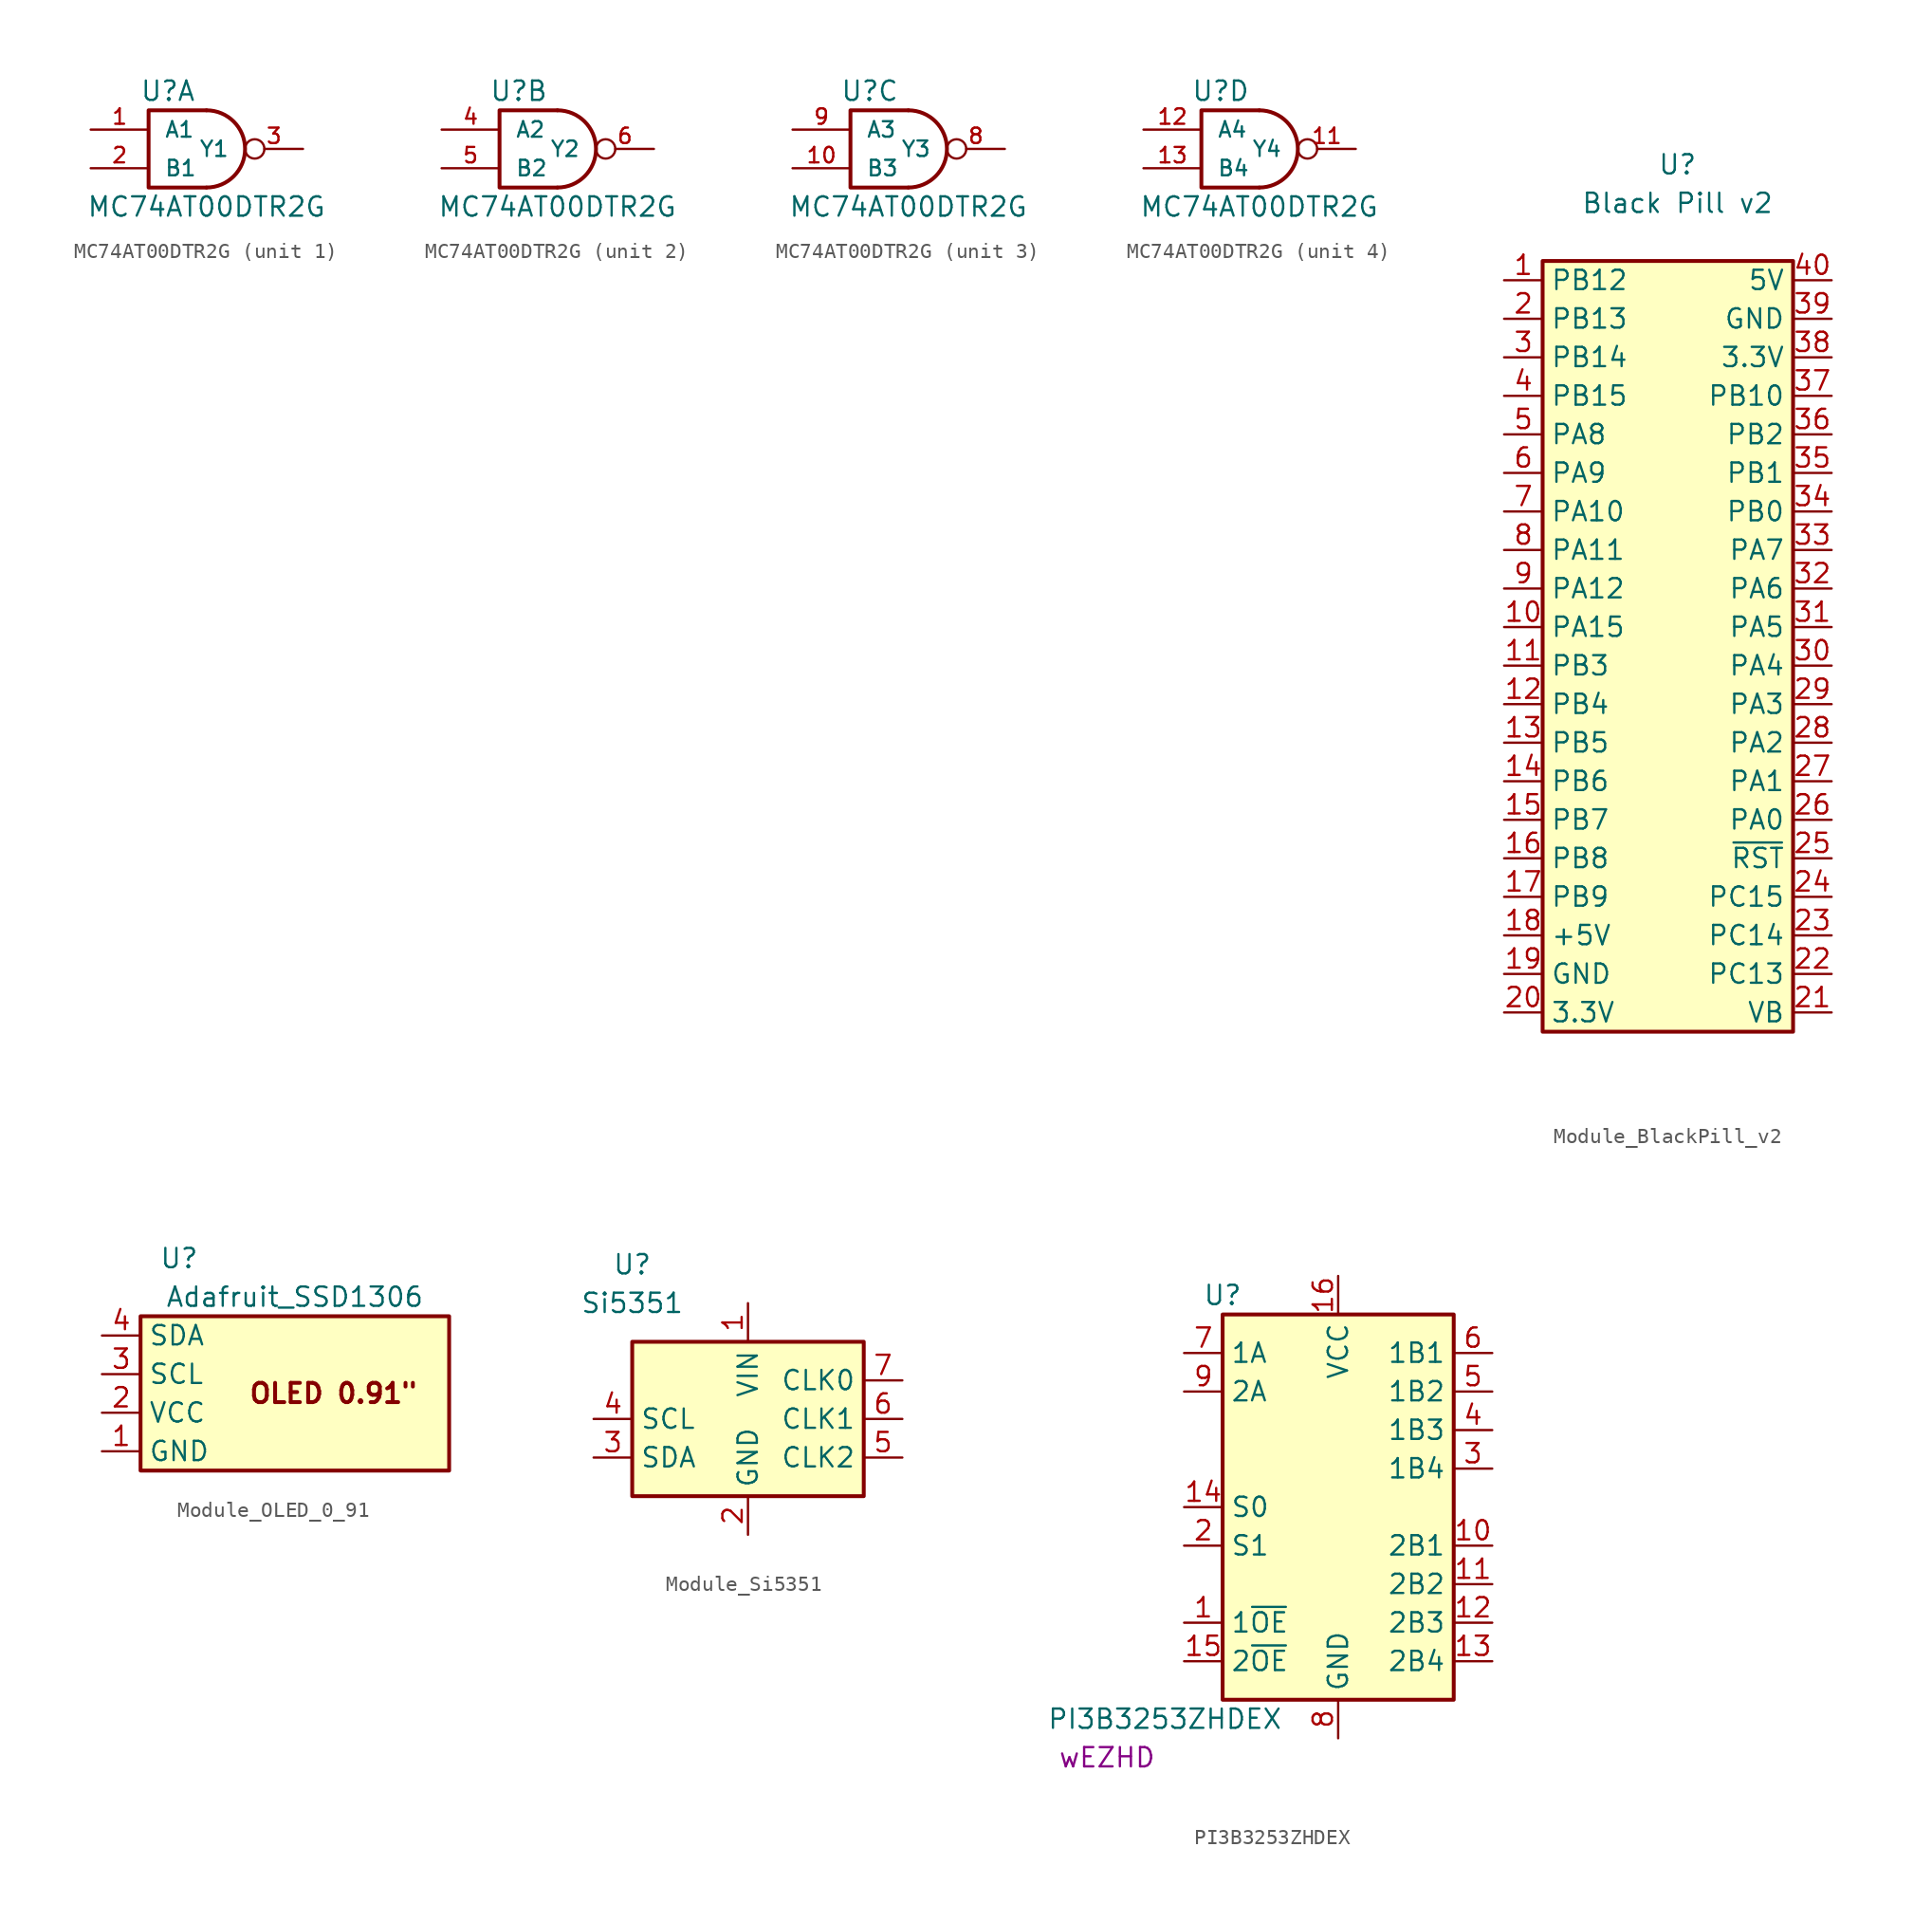
<source format=kicad_sym>
(kicad_symbol_lib
  (version 20220914)
  (generator kicad_symbol_editor)
  (symbol "MC74AT00DTR2G"
    (pin_names
      (offset 1.016))
    (property "Reference" "U"
      (at -2.54 3.81 0)
      (effects (font (size 1.27 1.27))))
    (property "Value" "MC74AT00DTR2G"
      (at 0 -3.81 0)
      (effects (font (size 1.27 1.27))))
    (symbol "MC74AT00DTR2G_0_1"
      (arc (start 0 -2.54) (mid 2.529 0) (end 0 2.54) (stroke (width 0.254) (type default)) (fill (type none)))
      (polyline (pts (xy 0 -2.54) (xy -3.81 -2.54) (xy -3.81 2.54) (xy 0 2.54)) (stroke (width 0.254) (type default)) (fill (type none)))
      (pin power_in line (at 0 2.54 90) (length 0) hide (name "VCC" (effects (font (size 1.016 1.016)))) (number "14" (effects (font (size 1.016 1.016)))))
      (pin power_in line (at 0 -2.54 270) (length 0) hide (name "GND" (effects (font (size 1.016 1.016)))) (number "7" (effects (font (size 1.016 1.016))))))
    (symbol "MC74AT00DTR2G_1_1"
      (pin input line (at -7.62 1.27 0) (length 3.81) (name "A1" (effects (font (size 1.016 1.016)))) (number "1" (effects (font (size 1.016 1.016)))))
      (pin input line (at -7.62 -1.27 0) (length 3.81) (name "B1" (effects (font (size 1.016 1.016)))) (number "2" (effects (font (size 1.016 1.016)))))
      (pin output inverted (at 6.35 0 180) (length 3.81) (name "Y1" (effects (font (size 1.016 1.016)))) (number "3" (effects (font (size 1.016 1.016))))))
    (symbol "MC74AT00DTR2G_2_1"
      (pin input line (at -7.62 1.27 0) (length 3.81) (name "A2" (effects (font (size 1.016 1.016)))) (number "4" (effects (font (size 1.016 1.016)))))
      (pin input line (at -7.62 -1.27 0) (length 3.81) (name "B2" (effects (font (size 1.016 1.016)))) (number "5" (effects (font (size 1.016 1.016)))))
      (pin output inverted (at 6.35 0 180) (length 3.81) (name "Y2" (effects (font (size 1.016 1.016)))) (number "6" (effects (font (size 1.016 1.016))))))
    (symbol "MC74AT00DTR2G_3_1"
      (pin input line (at -7.62 -1.27 0) (length 3.81) (name "B3" (effects (font (size 1.016 1.016)))) (number "10" (effects (font (size 1.016 1.016)))))
      (pin output inverted (at 6.35 0 180) (length 3.81) (name "Y3" (effects (font (size 1.016 1.016)))) (number "8" (effects (font (size 1.016 1.016)))))
      (pin input line (at -7.62 1.27 0) (length 3.81) (name "A3" (effects (font (size 1.016 1.016)))) (number "9" (effects (font (size 1.016 1.016))))))
    (symbol "MC74AT00DTR2G_4_1"
      (pin output inverted (at 6.35 0 180) (length 3.81) (name "Y4" (effects (font (size 1.016 1.016)))) (number "11" (effects (font (size 1.016 1.016)))))
      (pin input line (at -7.62 1.27 0) (length 3.81) (name "A4" (effects (font (size 1.016 1.016)))) (number "12" (effects (font (size 1.016 1.016)))))
      (pin input line (at -7.62 -1.27 0) (length 3.81) (name "B4" (effects (font (size 1.016 1.016)))) (number "13" (effects (font (size 1.016 1.016)))))))
  (symbol "Module_BlackPill_v2"
    (property "Reference" "U"
      (at -6.35 3.81 0)
      (effects (font (size 1.27 1.27))))
    (property "Value" "Black Pill v2"
      (at -6.35 1.27 0)
      (effects (font (size 1.27 1.27))))
    (symbol "Module_BlackPill_v2_1_1"
      (rectangle (start -15.24 -2.54) (end 1.27 -53.34) (stroke (width 0.254) (type default)) (fill (type background)))
      (pin passive line (at -17.78 -3.81 0) (length 2.54) (name "PB12" (effects (font (size 1.27 1.27)))) (number "1" (effects (font (size 1.27 1.27)))))
      (pin passive line (at -17.78 -26.67 0) (length 2.54) (name "PA15" (effects (font (size 1.27 1.27)))) (number "10" (effects (font (size 1.27 1.27)))))
      (pin passive line (at -17.78 -29.21 0) (length 2.54) (name "PB3" (effects (font (size 1.27 1.27)))) (number "11" (effects (font (size 1.27 1.27)))))
      (pin passive line (at -17.78 -31.75 0) (length 2.54) (name "PB4" (effects (font (size 1.27 1.27)))) (number "12" (effects (font (size 1.27 1.27)))))
      (pin passive line (at -17.78 -34.29 0) (length 2.54) (name "PB5" (effects (font (size 1.27 1.27)))) (number "13" (effects (font (size 1.27 1.27)))))
      (pin passive line (at -17.78 -36.83 0) (length 2.54) (name "PB6" (effects (font (size 1.27 1.27)))) (number "14" (effects (font (size 1.27 1.27)))))
      (pin passive line (at -17.78 -39.37 0) (length 2.54) (name "PB7" (effects (font (size 1.27 1.27)))) (number "15" (effects (font (size 1.27 1.27)))))
      (pin passive line (at -17.78 -41.91 0) (length 2.54) (name "PB8" (effects (font (size 1.27 1.27)))) (number "16" (effects (font (size 1.27 1.27)))))
      (pin passive line (at -17.78 -44.45 0) (length 2.54) (name "PB9" (effects (font (size 1.27 1.27)))) (number "17" (effects (font (size 1.27 1.27)))))
      (pin passive line (at -17.78 -46.99 0) (length 2.54) (name "+5V" (effects (font (size 1.27 1.27)))) (number "18" (effects (font (size 1.27 1.27)))))
      (pin passive line (at -17.78 -49.53 0) (length 2.54) (name "GND" (effects (font (size 1.27 1.27)))) (number "19" (effects (font (size 1.27 1.27)))))
      (pin passive line (at -17.78 -6.35 0) (length 2.54) (name "PB13" (effects (font (size 1.27 1.27)))) (number "2" (effects (font (size 1.27 1.27)))))
      (pin output line (at -17.78 -52.07 0) (length 2.54) (name "3.3V" (effects (font (size 1.27 1.27)))) (number "20" (effects (font (size 1.27 1.27)))))
      (pin passive line (at 3.81 -52.07 180) (length 2.54) (name "VB" (effects (font (size 1.27 1.27)))) (number "21" (effects (font (size 1.27 1.27)))))
      (pin passive line (at 3.81 -49.53 180) (length 2.54) (name "PC13" (effects (font (size 1.27 1.27)))) (number "22" (effects (font (size 1.27 1.27)))))
      (pin passive line (at 3.81 -46.99 180) (length 2.54) (name "PC14" (effects (font (size 1.27 1.27)))) (number "23" (effects (font (size 1.27 1.27)))))
      (pin passive line (at 3.81 -44.45 180) (length 2.54) (name "PC15" (effects (font (size 1.27 1.27)))) (number "24" (effects (font (size 1.27 1.27)))))
      (pin passive line (at 3.81 -41.91 180) (length 2.54) (name "~{RST}" (effects (font (size 1.27 1.27)))) (number "25" (effects (font (size 1.27 1.27)))))
      (pin passive line (at 3.81 -39.37 180) (length 2.54) (name "PA0" (effects (font (size 1.27 1.27)))) (number "26" (effects (font (size 1.27 1.27)))))
      (pin passive line (at 3.81 -36.83 180) (length 2.54) (name "PA1" (effects (font (size 1.27 1.27)))) (number "27" (effects (font (size 1.27 1.27)))))
      (pin passive line (at 3.81 -34.29 180) (length 2.54) (name "PA2" (effects (font (size 1.27 1.27)))) (number "28" (effects (font (size 1.27 1.27)))))
      (pin passive line (at 3.81 -31.75 180) (length 2.54) (name "PA3" (effects (font (size 1.27 1.27)))) (number "29" (effects (font (size 1.27 1.27)))))
      (pin passive line (at -17.78 -8.89 0) (length 2.54) (name "PB14" (effects (font (size 1.27 1.27)))) (number "3" (effects (font (size 1.27 1.27)))))
      (pin passive line (at 3.81 -29.21 180) (length 2.54) (name "PA4" (effects (font (size 1.27 1.27)))) (number "30" (effects (font (size 1.27 1.27)))))
      (pin passive line (at 3.81 -26.67 180) (length 2.54) (name "PA5" (effects (font (size 1.27 1.27)))) (number "31" (effects (font (size 1.27 1.27)))))
      (pin passive line (at 3.81 -24.13 180) (length 2.54) (name "PA6" (effects (font (size 1.27 1.27)))) (number "32" (effects (font (size 1.27 1.27)))))
      (pin passive line (at 3.81 -21.59 180) (length 2.54) (name "PA7" (effects (font (size 1.27 1.27)))) (number "33" (effects (font (size 1.27 1.27)))))
      (pin passive line (at 3.81 -19.05 180) (length 2.54) (name "PB0" (effects (font (size 1.27 1.27)))) (number "34" (effects (font (size 1.27 1.27)))))
      (pin passive line (at 3.81 -16.51 180) (length 2.54) (name "PB1" (effects (font (size 1.27 1.27)))) (number "35" (effects (font (size 1.27 1.27)))))
      (pin passive line (at 3.81 -13.97 180) (length 2.54) (name "PB2" (effects (font (size 1.27 1.27)))) (number "36" (effects (font (size 1.27 1.27)))))
      (pin passive line (at 3.81 -11.43 180) (length 2.54) (name "PB10" (effects (font (size 1.27 1.27)))) (number "37" (effects (font (size 1.27 1.27)))))
      (pin passive line (at 3.81 -8.89 180) (length 2.54) (name "3.3V" (effects (font (size 1.27 1.27)))) (number "38" (effects (font (size 1.27 1.27)))))
      (pin passive line (at 3.81 -6.35 180) (length 2.54) (name "GND" (effects (font (size 1.27 1.27)))) (number "39" (effects (font (size 1.27 1.27)))))
      (pin passive line (at -17.78 -11.43 0) (length 2.54) (name "PB15" (effects (font (size 1.27 1.27)))) (number "4" (effects (font (size 1.27 1.27)))))
      (pin passive line (at 3.81 -3.81 180) (length 2.54) (name "5V" (effects (font (size 1.27 1.27)))) (number "40" (effects (font (size 1.27 1.27)))))
      (pin passive line (at -17.78 -13.97 0) (length 2.54) (name "PA8" (effects (font (size 1.27 1.27)))) (number "5" (effects (font (size 1.27 1.27)))))
      (pin passive line (at -17.78 -16.51 0) (length 2.54) (name "PA9" (effects (font (size 1.27 1.27)))) (number "6" (effects (font (size 1.27 1.27)))))
      (pin passive line (at -17.78 -19.05 0) (length 2.54) (name "PA10" (effects (font (size 1.27 1.27)))) (number "7" (effects (font (size 1.27 1.27)))))
      (pin passive line (at -17.78 -21.59 0) (length 2.54) (name "PA11" (effects (font (size 1.27 1.27)))) (number "8" (effects (font (size 1.27 1.27)))))
      (pin passive line (at -17.78 -24.13 0) (length 2.54) (name "PA12" (effects (font (size 1.27 1.27)))) (number "9" (effects (font (size 1.27 1.27)))))))
  (symbol "Module_OLED_0_91"
    (property "Reference" "U"
      (at -7.62 8.89 0)
      (effects (font (size 1.27 1.27))))
    (property "Value" "Adafruit_SSD1306"
      (at 0 6.35 0)
      (effects (font (size 1.27 1.27))))
    (symbol "Module_OLED_0_91_1_1"
      (rectangle (start -10.16 5.08) (end 10.16 -5.08) (stroke (width 0.254) (type default)) (fill (type background)))
      (text "OLED 0.91\"" (at 2.54 0 0) (effects (font (size 1.27 1.27) bold)))
      (pin passive line (at -12.7 -3.81 0) (length 2.54) (name "GND" (effects (font (size 1.27 1.27)))) (number "1" (effects (font (size 1.27 1.27)))))
      (pin passive line (at -12.7 -1.27 0) (length 2.54) (name "VCC" (effects (font (size 1.27 1.27)))) (number "2" (effects (font (size 1.27 1.27)))))
      (pin passive line (at -12.7 1.27 0) (length 2.54) (name "SCL" (effects (font (size 1.27 1.27)))) (number "3" (effects (font (size 1.27 1.27)))))
      (pin passive line (at -12.7 3.81 0) (length 2.54) (name "SDA" (effects (font (size 1.27 1.27)))) (number "4" (effects (font (size 1.27 1.27)))))))
  (symbol "Module_Si5351"
    (property "Reference" "U"
      (at -7.62 10.16 0)
      (effects (font (size 1.27 1.27))))
    (property "Value" "Si5351"
      (at -7.62 7.62 0)
      (effects (font (size 1.27 1.27))))
    (symbol "Module_Si5351_1_1"
      (rectangle (start -7.62 5.08) (end 7.62 -5.08) (stroke (width 0.254) (type default)) (fill (type background)))
      (pin power_in line (at 0 7.62 270) (length 2.54) (name "VIN" (effects (font (size 1.27 1.27)))) (number "1" (effects (font (size 1.27 1.27)))))
      (pin power_in line (at 0 -7.62 90) (length 2.54) (name "GND" (effects (font (size 1.27 1.27)))) (number "2" (effects (font (size 1.27 1.27)))))
      (pin input line (at -10.16 -2.54 0) (length 2.54) (name "SDA" (effects (font (size 1.27 1.27)))) (number "3" (effects (font (size 1.27 1.27)))))
      (pin input line (at -10.16 0 0) (length 2.54) (name "SCL" (effects (font (size 1.27 1.27)))) (number "4" (effects (font (size 1.27 1.27)))))
      (pin output line (at 10.16 -2.54 180) (length 2.54) (name "CLK2" (effects (font (size 1.27 1.27)))) (number "5" (effects (font (size 1.27 1.27)))))
      (pin output line (at 10.16 0 180) (length 2.54) (name "CLK1" (effects (font (size 1.27 1.27)))) (number "6" (effects (font (size 1.27 1.27)))))
      (pin output line (at 10.16 2.54 180) (length 2.54) (name "CLK0" (effects (font (size 1.27 1.27)))) (number "7" (effects (font (size 1.27 1.27)))))))
  (symbol "PI3B3253ZHDEX"
    (property "Reference" "U"
      (at -7.62 13.97 0)
      (effects (font (size 1.27 1.27))))
    (property "Value" "PI3B3253ZHDEX"
      (at -11.43 -13.97 0)
      (effects (font (size 1.27 1.27))))
    (property "Marking" "wEZHD"
      (at -15.24 -16.51 0)
      (effects (font (size 1.27 1.27))))
    (symbol "PI3B3253ZHDEX_0_1"
      (rectangle (start -7.62 12.7) (end 7.62 -12.7) (stroke (width 0.254) (type default)) (fill (type background)))
      (rectangle (start 7.62 -12.7) (end 7.62 -12.7) (stroke (width 0) (type default)) (fill (type none))))
    (symbol "PI3B3253ZHDEX_1_1"
      (pin input line (at -10.16 -7.62 0) (length 2.54) (name "1~{OE}" (effects (font (size 1.27 1.27)))) (number "1" (effects (font (size 1.27 1.27)))))
      (pin bidirectional line (at 10.16 -2.54 180) (length 2.54) (name "2B1" (effects (font (size 1.27 1.27)))) (number "10" (effects (font (size 1.27 1.27)))))
      (pin bidirectional line (at 10.16 -5.08 180) (length 2.54) (name "2B2" (effects (font (size 1.27 1.27)))) (number "11" (effects (font (size 1.27 1.27)))))
      (pin bidirectional line (at 10.16 -7.62 180) (length 2.54) (name "2B3" (effects (font (size 1.27 1.27)))) (number "12" (effects (font (size 1.27 1.27)))))
      (pin bidirectional line (at 10.16 -10.16 180) (length 2.54) (name "2B4" (effects (font (size 1.27 1.27)))) (number "13" (effects (font (size 1.27 1.27)))))
      (pin input line (at -10.16 0 0) (length 2.54) (name "S0" (effects (font (size 1.27 1.27)))) (number "14" (effects (font (size 1.27 1.27)))))
      (pin input line (at -10.16 -10.16 0) (length 2.54) (name "2~{OE}" (effects (font (size 1.27 1.27)))) (number "15" (effects (font (size 1.27 1.27)))))
      (pin power_in line (at 0 15.24 270) (length 2.54) (name "VCC" (effects (font (size 1.27 1.27)))) (number "16" (effects (font (size 1.27 1.27)))))
      (pin passive line (at 0 -15.24 90) (length 2.54) hide (name "GND" (effects (font (size 1.27 1.27)))) (number "17" (effects (font (size 1.27 1.27)))))
      (pin input line (at -10.16 -2.54 0) (length 2.54) (name "S1" (effects (font (size 1.27 1.27)))) (number "2" (effects (font (size 1.27 1.27)))))
      (pin bidirectional line (at 10.16 2.54 180) (length 2.54) (name "1B4" (effects (font (size 1.27 1.27)))) (number "3" (effects (font (size 1.27 1.27)))))
      (pin bidirectional line (at 10.16 5.08 180) (length 2.54) (name "1B3" (effects (font (size 1.27 1.27)))) (number "4" (effects (font (size 1.27 1.27)))))
      (pin bidirectional line (at 10.16 7.62 180) (length 2.54) (name "1B2" (effects (font (size 1.27 1.27)))) (number "5" (effects (font (size 1.27 1.27)))))
      (pin bidirectional line (at 10.16 10.16 180) (length 2.54) (name "1B1" (effects (font (size 1.27 1.27)))) (number "6" (effects (font (size 1.27 1.27)))))
      (pin bidirectional line (at -10.16 10.16 0) (length 2.54) (name "1A" (effects (font (size 1.27 1.27)))) (number "7" (effects (font (size 1.27 1.27)))))
      (pin power_in line (at 0 -15.24 90) (length 2.54) (name "GND" (effects (font (size 1.27 1.27)))) (number "8" (effects (font (size 1.27 1.27)))))
      (pin bidirectional line (at -10.16 7.62 0) (length 2.54) (name "2A" (effects (font (size 1.27 1.27)))) (number "9" (effects (font (size 1.27 1.27))))))))
</source>
